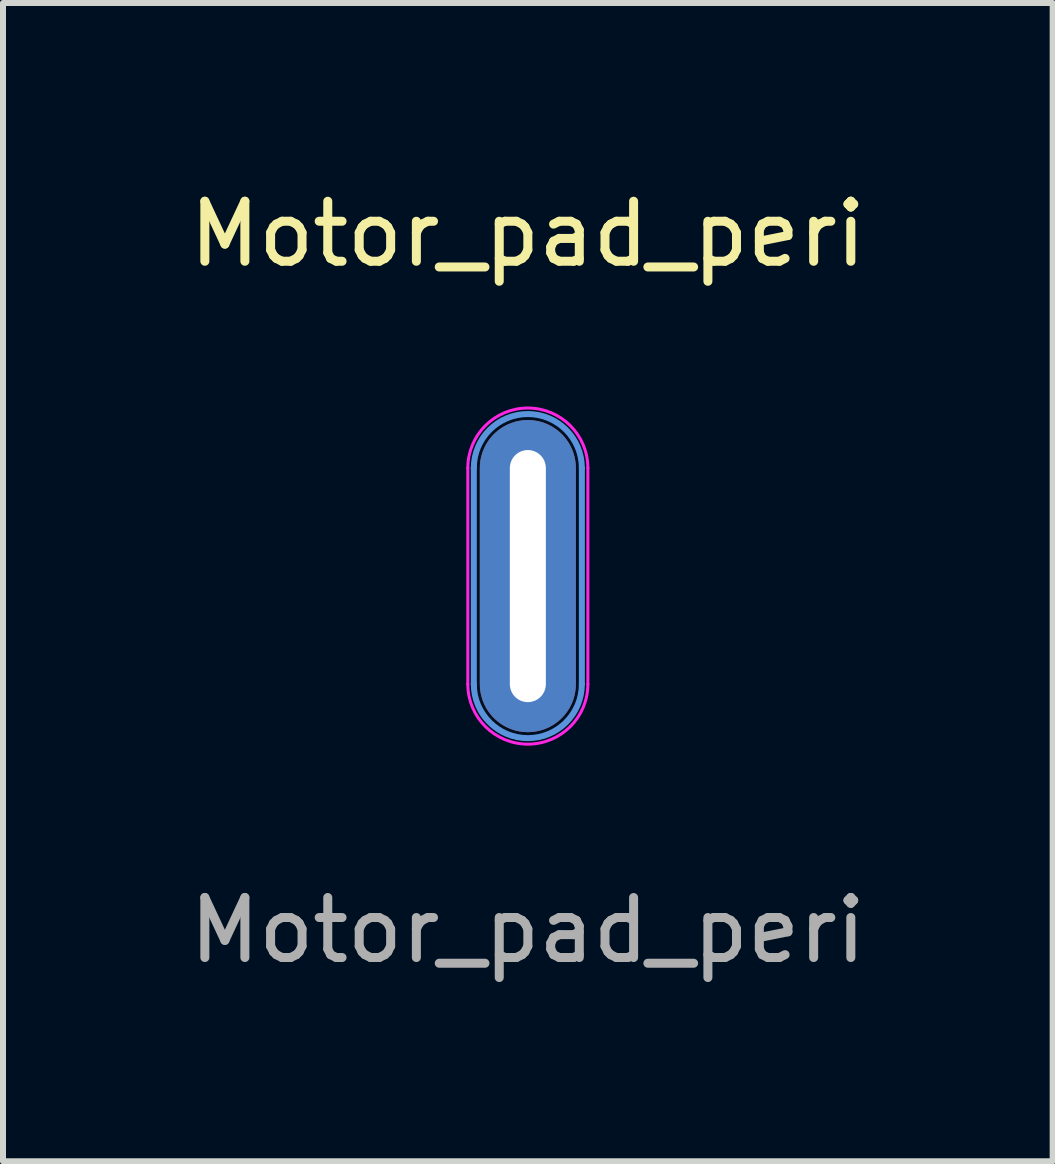
<source format=kicad_pcb>
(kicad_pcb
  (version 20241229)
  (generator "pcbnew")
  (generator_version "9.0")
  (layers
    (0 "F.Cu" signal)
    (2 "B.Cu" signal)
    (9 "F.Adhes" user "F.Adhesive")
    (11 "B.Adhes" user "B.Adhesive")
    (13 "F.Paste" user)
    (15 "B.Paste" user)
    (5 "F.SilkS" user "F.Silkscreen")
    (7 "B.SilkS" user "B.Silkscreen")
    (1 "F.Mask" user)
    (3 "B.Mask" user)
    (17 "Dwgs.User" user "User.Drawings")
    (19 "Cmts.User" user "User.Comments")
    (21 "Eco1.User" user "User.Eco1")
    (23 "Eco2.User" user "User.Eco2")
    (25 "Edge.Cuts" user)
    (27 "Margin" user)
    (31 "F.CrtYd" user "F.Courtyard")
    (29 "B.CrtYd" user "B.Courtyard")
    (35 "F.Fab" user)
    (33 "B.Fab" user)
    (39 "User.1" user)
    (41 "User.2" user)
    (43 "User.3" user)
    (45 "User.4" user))
  (footprint "Motor_pad_peri"
    (layer "F.Cu")
    (at 5.744 6.548)
    (property "Reference" "Motor_pad_peri" (at 0 -5.7 0) (layer "F.SilkS") (effects (font (size 1 1) (thickness 0.15))))
    (attr exclude_from_pos_files exclude_from_bom)
    (fp_line (start -0.9 1.8) (end -0.9 -1.8) (stroke (width 0.1) (type default)) (layer "Cmts.User"))
    (fp_line (start 0.9 -1.8) (end 0.9 1.8) (stroke (width 0.1) (type default)) (layer "Cmts.User"))
    (fp_arc (start -0.9 -1.8) (mid 0 -2.7) (end 0.9 -1.8) (stroke (width 0.1) (type default)) (layer "Cmts.User"))
    (fp_arc (start 0.9 1.8) (mid 0 2.7) (end -0.9 1.8) (stroke (width 0.1) (type default)) (layer "Cmts.User"))
    (fp_line (start -1 1.8) (end -1 -1.8) (stroke (width 0.05) (type default)) (layer "F.CrtYd"))
    (fp_line (start 1 -1.8) (end 1 1.8) (stroke (width 0.05) (type default)) (layer "F.CrtYd"))
    (fp_arc (start -1 -1.8) (mid 0 -2.8) (end 1 -1.8) (stroke (width 0.05) (type default)) (layer "F.CrtYd"))
    (fp_arc (start 1 1.8) (mid 0 2.8) (end -1 1.8) (stroke (width 0.05) (type default)) (layer "F.CrtYd"))
    (fp_text user "${REFERENCE}" (at 0 5.9 0) (layer "F.Fab") (effects (font (size 1 1) (thickness 0.15))))
    (pad "1" thru_hole oval (at 0 0) (size 1.6 5.2) (drill oval 0.6 4.2) (property pad_prop_castellated) (layers "*.Cu" "*.Mask")))
  (gr_rect
    (start -3 -3)
    (end 14.488 16.297)
    (stroke (width 0.1) (type default))
    (fill no)
    (layer "Edge.Cuts")))
</source>
